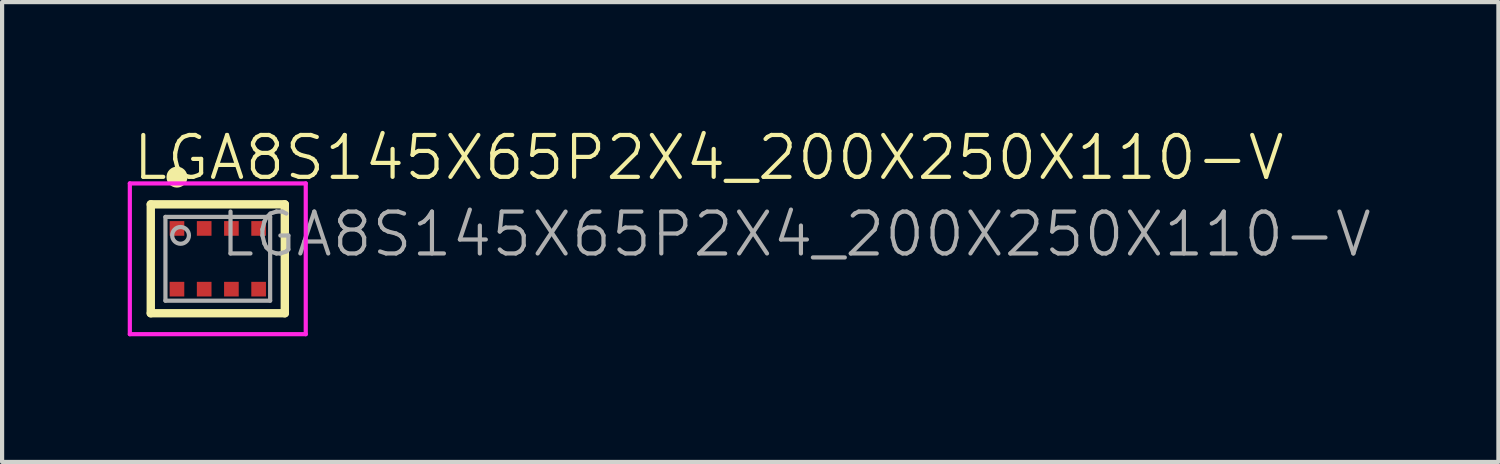
<source format=kicad_pcb>
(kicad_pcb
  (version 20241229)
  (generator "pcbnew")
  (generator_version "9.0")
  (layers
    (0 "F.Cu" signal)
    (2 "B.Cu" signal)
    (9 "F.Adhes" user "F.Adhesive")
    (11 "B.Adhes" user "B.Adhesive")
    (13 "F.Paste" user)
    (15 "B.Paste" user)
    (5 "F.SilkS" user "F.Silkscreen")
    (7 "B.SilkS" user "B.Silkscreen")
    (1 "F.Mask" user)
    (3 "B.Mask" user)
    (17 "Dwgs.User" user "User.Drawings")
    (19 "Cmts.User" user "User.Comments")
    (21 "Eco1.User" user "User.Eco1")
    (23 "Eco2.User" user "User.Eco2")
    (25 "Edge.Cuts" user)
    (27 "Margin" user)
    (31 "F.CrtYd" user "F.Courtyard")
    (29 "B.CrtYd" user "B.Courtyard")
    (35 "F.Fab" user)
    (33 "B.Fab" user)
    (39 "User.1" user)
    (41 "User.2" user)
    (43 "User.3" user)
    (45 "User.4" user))
  (footprint "LGA8S145X65P2X4_200X250X110-V"
    (layer "F.Cu")
    (at 2.15 3.129)
    (property "Reference" "LGA8S145X65P2X4_200X250X110-V" (at -2.083 -1.829 0) (unlocked yes) (layer "F.SilkS") (effects (font (size 1 1) (thickness 0.1)) (justify left bottom)))
    (fp_line (start -1.6 -1.3) (end 1.6 -1.3) (stroke (width 0.2) (type solid)) (layer "F.SilkS"))
    (fp_line (start -1.6 1.3) (end -1.6 -1.3) (stroke (width 0.2) (type solid)) (layer "F.SilkS"))
    (fp_line (start -1.6 1.3) (end 1.6 1.3) (stroke (width 0.2) (type solid)) (layer "F.SilkS"))
    (fp_line (start 1.6 1.3) (end 1.6 -1.3) (stroke (width 0.2) (type solid)) (layer "F.SilkS"))
    (fp_circle (center -0.975 -1.95) (end -0.85 -1.95) (stroke (width 0.25) (type solid)) (fill no) (layer "F.SilkS"))
    (fp_circle (center -0.975 -0.725) (end -0.887 -0.725) (stroke (width 0.175) (type solid)) (fill no) (layer "F.Paste"))
    (fp_circle (center -0.975 0.725) (end -0.887 0.725) (stroke (width 0.175) (type solid)) (fill no) (layer "F.Paste"))
    (fp_circle (center -0.325 -0.725) (end -0.237 -0.725) (stroke (width 0.175) (type solid)) (fill no) (layer "F.Paste"))
    (fp_circle (center -0.325 0.725) (end -0.237 0.725) (stroke (width 0.175) (type solid)) (fill no) (layer "F.Paste"))
    (fp_circle (center 0.325 -0.725) (end 0.413 -0.725) (stroke (width 0.175) (type solid)) (fill no) (layer "F.Paste"))
    (fp_circle (center 0.325 0.725) (end 0.413 0.725) (stroke (width 0.175) (type solid)) (fill no) (layer "F.Paste"))
    (fp_circle (center 0.975 -0.725) (end 1.063 -0.725) (stroke (width 0.175) (type solid)) (fill no) (layer "F.Paste"))
    (fp_circle (center 0.975 0.725) (end 1.063 0.725) (stroke (width 0.175) (type solid)) (fill no) (layer "F.Paste"))
    (fp_line (start -2.1 -1.8) (end 2.1 -1.8) (stroke (width 0.1) (type solid)) (layer "F.CrtYd"))
    (fp_line (start -2.1 1.8) (end -2.1 -1.8) (stroke (width 0.1) (type solid)) (layer "F.CrtYd"))
    (fp_line (start -2.1 1.8) (end 2.1 1.8) (stroke (width 0.1) (type solid)) (layer "F.CrtYd"))
    (fp_line (start 2.1 1.8) (end 2.1 -1.8) (stroke (width 0.1) (type solid)) (layer "F.CrtYd"))
    (fp_line (start -1.25 -1) (end 1.25 -1) (stroke (width 0.1) (type solid)) (layer "F.Fab"))
    (fp_line (start -1.25 1) (end -1.25 -1) (stroke (width 0.1) (type solid)) (layer "F.Fab"))
    (fp_line (start -1.25 1) (end 1.25 1) (stroke (width 0.1) (type solid)) (layer "F.Fab"))
    (fp_line (start 1.25 1) (end 1.25 -1) (stroke (width 0.1) (type solid)) (layer "F.Fab"))
    (fp_circle (center -0.889 -0.559) (end -0.689 -0.559) (stroke (width 0.1) (type solid)) (fill no) (layer "F.Fab"))
    (fp_text user "${REFERENCE}" (at 0 0 0) (unlocked yes) (layer "F.Fab") (effects (font (size 1 1) (thickness 0.1)) (justify left bottom)))
    (pad "1" smd rect (at -0.975 -0.725) (size 0.35 0.35) (layers "F.Cu" "F.Mask"))
    (pad "2" smd rect (at -0.325 -0.725) (size 0.35 0.35) (layers "F.Cu" "F.Mask"))
    (pad "3" smd rect (at 0.325 -0.725) (size 0.35 0.35) (layers "F.Cu" "F.Mask"))
    (pad "4" smd rect (at 0.975 -0.725) (size 0.35 0.35) (layers "F.Cu" "F.Mask"))
    (pad "5" smd rect (at 0.975 0.725) (size 0.35 0.35) (layers "F.Cu" "F.Mask"))
    (pad "6" smd rect (at 0.325 0.725) (size 0.35 0.35) (layers "F.Cu" "F.Mask"))
    (pad "7" smd rect (at -0.325 0.725) (size 0.35 0.35) (layers "F.Cu" "F.Mask"))
    (pad "8" smd rect (at -0.975 0.725) (size 0.35 0.35) (layers "F.Cu" "F.Mask")))
  (gr_rect
    (start -3 -3)
    (end 32.726 7.979)
    (stroke (width 0.1) (type default))
    (fill no)
    (layer "Edge.Cuts")))
</source>
